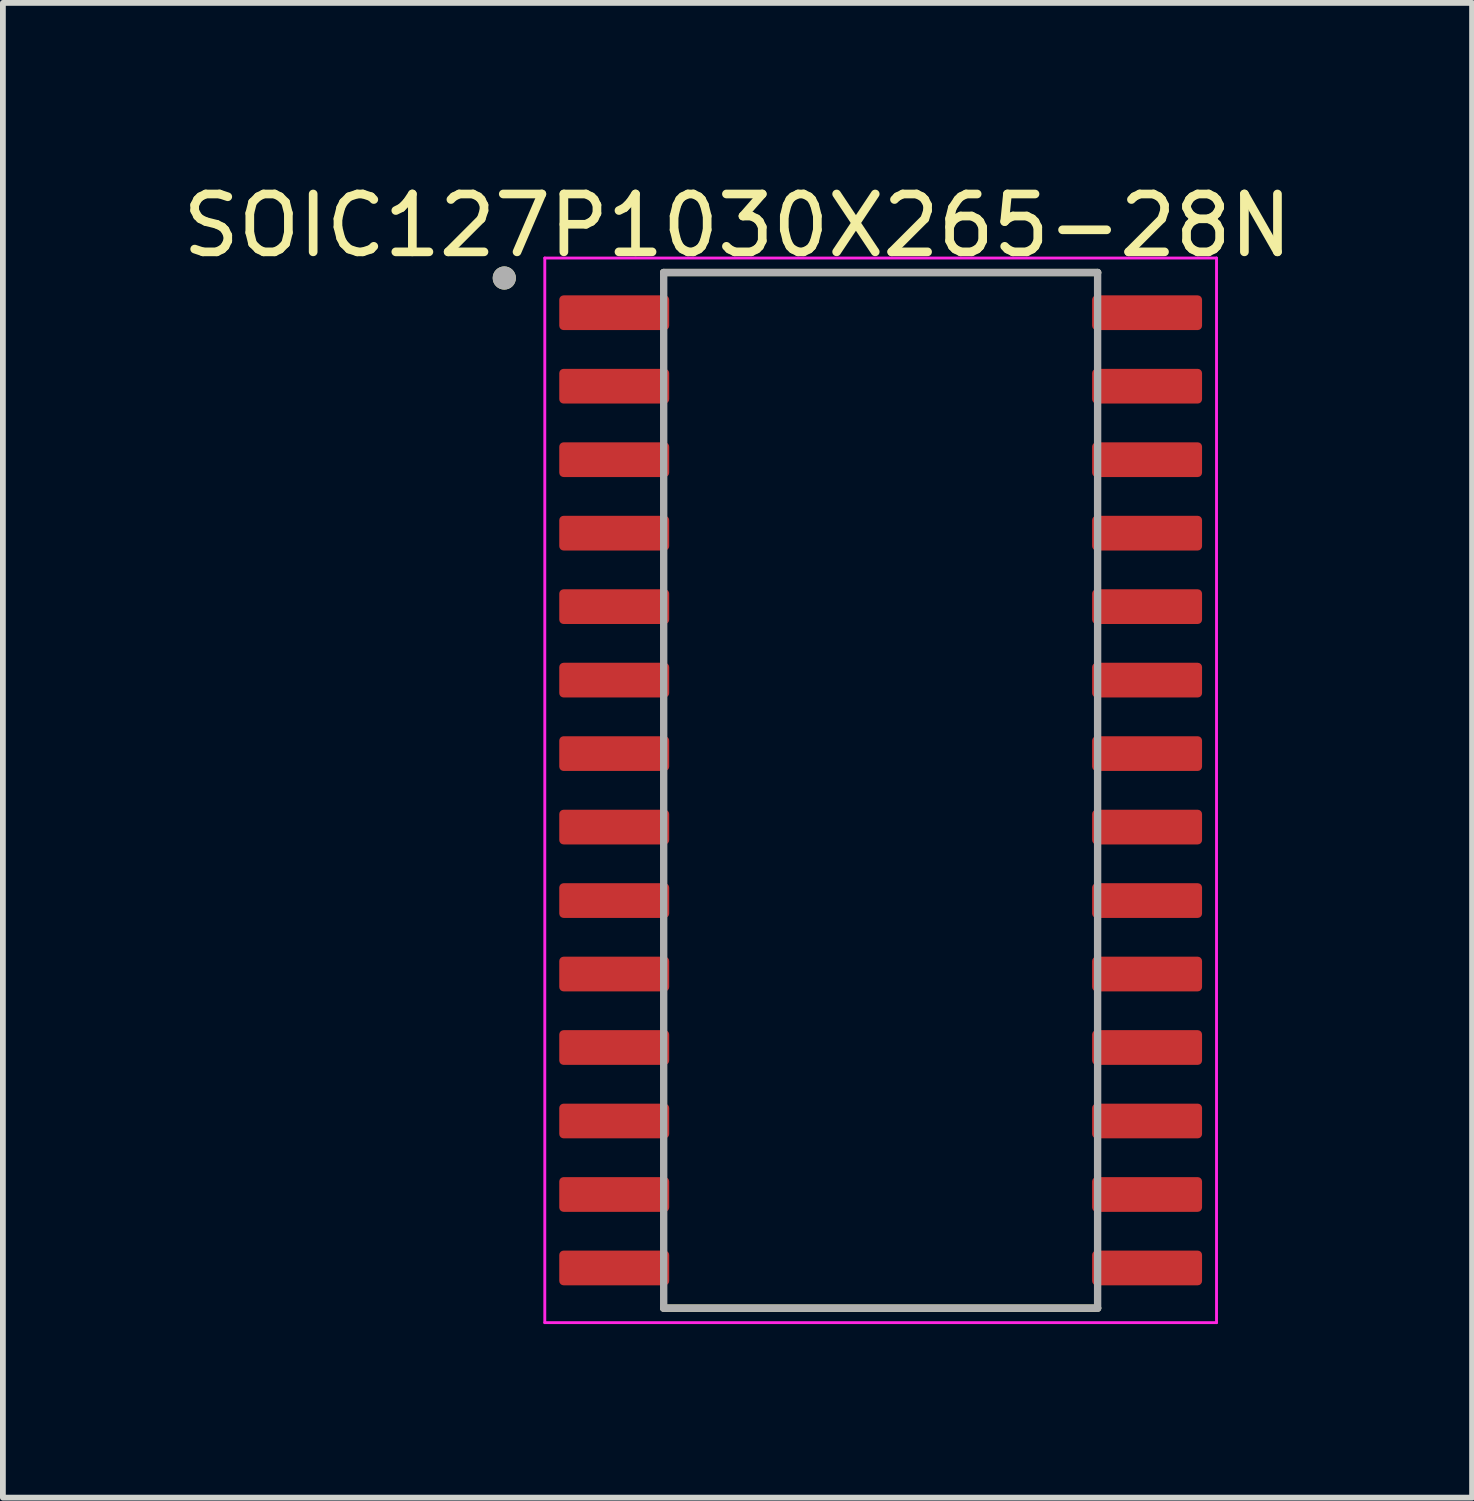
<source format=kicad_pcb>
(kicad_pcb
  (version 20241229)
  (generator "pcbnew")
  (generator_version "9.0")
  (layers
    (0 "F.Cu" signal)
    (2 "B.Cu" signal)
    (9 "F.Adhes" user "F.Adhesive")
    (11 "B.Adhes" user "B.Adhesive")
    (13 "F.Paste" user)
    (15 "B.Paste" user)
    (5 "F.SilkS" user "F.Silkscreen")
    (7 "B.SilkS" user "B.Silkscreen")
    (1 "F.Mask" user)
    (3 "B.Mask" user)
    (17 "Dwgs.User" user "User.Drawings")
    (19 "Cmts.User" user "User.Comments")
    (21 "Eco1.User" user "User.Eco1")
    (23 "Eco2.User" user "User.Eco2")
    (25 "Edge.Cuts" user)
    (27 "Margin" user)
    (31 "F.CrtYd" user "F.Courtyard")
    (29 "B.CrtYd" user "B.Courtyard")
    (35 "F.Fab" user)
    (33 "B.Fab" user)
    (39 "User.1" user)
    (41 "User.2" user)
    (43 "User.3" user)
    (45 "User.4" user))
  (footprint "SOIC127P1030X265-28N"
    (layer "F.Cu")
    (at 12.171 10.61)
    (property "Reference" "SOIC127P1030X265-28N" (at -2.475 -9.762 0) (layer "F.SilkS") (effects (font (size 1 1) (thickness 0.15))))
    (attr smd)
    (fp_line (start -3.75 -8.95) (end 3.75 -8.95) (stroke (width 0.127) (type solid)) (layer "F.SilkS"))
    (fp_line (start -3.75 8.95) (end 3.75 8.95) (stroke (width 0.127) (type solid)) (layer "F.SilkS"))
    (fp_circle (center -6.505 -8.855) (end -6.405 -8.855) (stroke (width 0.2) (type solid)) (fill no) (layer "F.SilkS"))
    (fp_line (start -5.805 -9.2) (end -5.805 9.2) (stroke (width 0.05) (type solid)) (layer "F.CrtYd"))
    (fp_line (start -5.805 -9.2) (end 5.805 -9.2) (stroke (width 0.05) (type solid)) (layer "F.CrtYd"))
    (fp_line (start -5.805 9.2) (end 5.805 9.2) (stroke (width 0.05) (type solid)) (layer "F.CrtYd"))
    (fp_line (start 5.805 -9.2) (end 5.805 9.2) (stroke (width 0.05) (type solid)) (layer "F.CrtYd"))
    (fp_line (start -3.75 -8.95) (end -3.75 8.95) (stroke (width 0.127) (type solid)) (layer "F.Fab"))
    (fp_line (start -3.75 -8.95) (end 3.75 -8.95) (stroke (width 0.127) (type solid)) (layer "F.Fab"))
    (fp_line (start -3.75 8.95) (end 3.75 8.95) (stroke (width 0.127) (type solid)) (layer "F.Fab"))
    (fp_line (start 3.75 -8.95) (end 3.75 8.95) (stroke (width 0.127) (type solid)) (layer "F.Fab"))
    (fp_circle (center -6.505 -8.855) (end -6.405 -8.855) (stroke (width 0.2) (type solid)) (fill no) (layer "F.Fab"))
    (pad "1" smd roundrect (at -4.605 -8.255) (size 1.9 0.6) (layers "F.Cu" "F.Mask" "F.Paste") (roundrect_rratio 0.125))
    (pad "2" smd roundrect (at -4.605 -6.985) (size 1.9 0.6) (layers "F.Cu" "F.Mask" "F.Paste") (roundrect_rratio 0.125))
    (pad "3" smd roundrect (at -4.605 -5.715) (size 1.9 0.6) (layers "F.Cu" "F.Mask" "F.Paste") (roundrect_rratio 0.125))
    (pad "4" smd roundrect (at -4.605 -4.445) (size 1.9 0.6) (layers "F.Cu" "F.Mask" "F.Paste") (roundrect_rratio 0.125))
    (pad "5" smd roundrect (at -4.605 -3.175) (size 1.9 0.6) (layers "F.Cu" "F.Mask" "F.Paste") (roundrect_rratio 0.125))
    (pad "6" smd roundrect (at -4.605 -1.905) (size 1.9 0.6) (layers "F.Cu" "F.Mask" "F.Paste") (roundrect_rratio 0.125))
    (pad "7" smd roundrect (at -4.605 -0.635) (size 1.9 0.6) (layers "F.Cu" "F.Mask" "F.Paste") (roundrect_rratio 0.125))
    (pad "8" smd roundrect (at -4.605 0.635) (size 1.9 0.6) (layers "F.Cu" "F.Mask" "F.Paste") (roundrect_rratio 0.125))
    (pad "9" smd roundrect (at -4.605 1.905) (size 1.9 0.6) (layers "F.Cu" "F.Mask" "F.Paste") (roundrect_rratio 0.125))
    (pad "10" smd roundrect (at -4.605 3.175) (size 1.9 0.6) (layers "F.Cu" "F.Mask" "F.Paste") (roundrect_rratio 0.125))
    (pad "11" smd roundrect (at -4.605 4.445) (size 1.9 0.6) (layers "F.Cu" "F.Mask" "F.Paste") (roundrect_rratio 0.125))
    (pad "12" smd roundrect (at -4.605 5.715) (size 1.9 0.6) (layers "F.Cu" "F.Mask" "F.Paste") (roundrect_rratio 0.125))
    (pad "13" smd roundrect (at -4.605 6.985) (size 1.9 0.6) (layers "F.Cu" "F.Mask" "F.Paste") (roundrect_rratio 0.125))
    (pad "14" smd roundrect (at -4.605 8.255) (size 1.9 0.6) (layers "F.Cu" "F.Mask" "F.Paste") (roundrect_rratio 0.125))
    (pad "15" smd roundrect (at 4.605 8.255) (size 1.9 0.6) (layers "F.Cu" "F.Mask" "F.Paste") (roundrect_rratio 0.125))
    (pad "16" smd roundrect (at 4.605 6.985) (size 1.9 0.6) (layers "F.Cu" "F.Mask" "F.Paste") (roundrect_rratio 0.125))
    (pad "17" smd roundrect (at 4.605 5.715) (size 1.9 0.6) (layers "F.Cu" "F.Mask" "F.Paste") (roundrect_rratio 0.125))
    (pad "18" smd roundrect (at 4.605 4.445) (size 1.9 0.6) (layers "F.Cu" "F.Mask" "F.Paste") (roundrect_rratio 0.125))
    (pad "19" smd roundrect (at 4.605 3.175) (size 1.9 0.6) (layers "F.Cu" "F.Mask" "F.Paste") (roundrect_rratio 0.125))
    (pad "20" smd roundrect (at 4.605 1.905) (size 1.9 0.6) (layers "F.Cu" "F.Mask" "F.Paste") (roundrect_rratio 0.125))
    (pad "21" smd roundrect (at 4.605 0.635) (size 1.9 0.6) (layers "F.Cu" "F.Mask" "F.Paste") (roundrect_rratio 0.125))
    (pad "22" smd roundrect (at 4.605 -0.635) (size 1.9 0.6) (layers "F.Cu" "F.Mask" "F.Paste") (roundrect_rratio 0.125))
    (pad "23" smd roundrect (at 4.605 -1.905) (size 1.9 0.6) (layers "F.Cu" "F.Mask" "F.Paste") (roundrect_rratio 0.125))
    (pad "24" smd roundrect (at 4.605 -3.175) (size 1.9 0.6) (layers "F.Cu" "F.Mask" "F.Paste") (roundrect_rratio 0.125))
    (pad "25" smd roundrect (at 4.605 -4.445) (size 1.9 0.6) (layers "F.Cu" "F.Mask" "F.Paste") (roundrect_rratio 0.125))
    (pad "26" smd roundrect (at 4.605 -5.715) (size 1.9 0.6) (layers "F.Cu" "F.Mask" "F.Paste") (roundrect_rratio 0.125))
    (pad "27" smd roundrect (at 4.605 -6.985) (size 1.9 0.6) (layers "F.Cu" "F.Mask" "F.Paste") (roundrect_rratio 0.125))
    (pad "28" smd roundrect (at 4.605 -8.255) (size 1.9 0.6) (layers "F.Cu" "F.Mask" "F.Paste") (roundrect_rratio 0.125)))
  (gr_rect
    (start -3 -3)
    (end 22.393 22.835)
    (stroke (width 0.1) (type default))
    (fill no)
    (layer "Edge.Cuts")))
</source>
